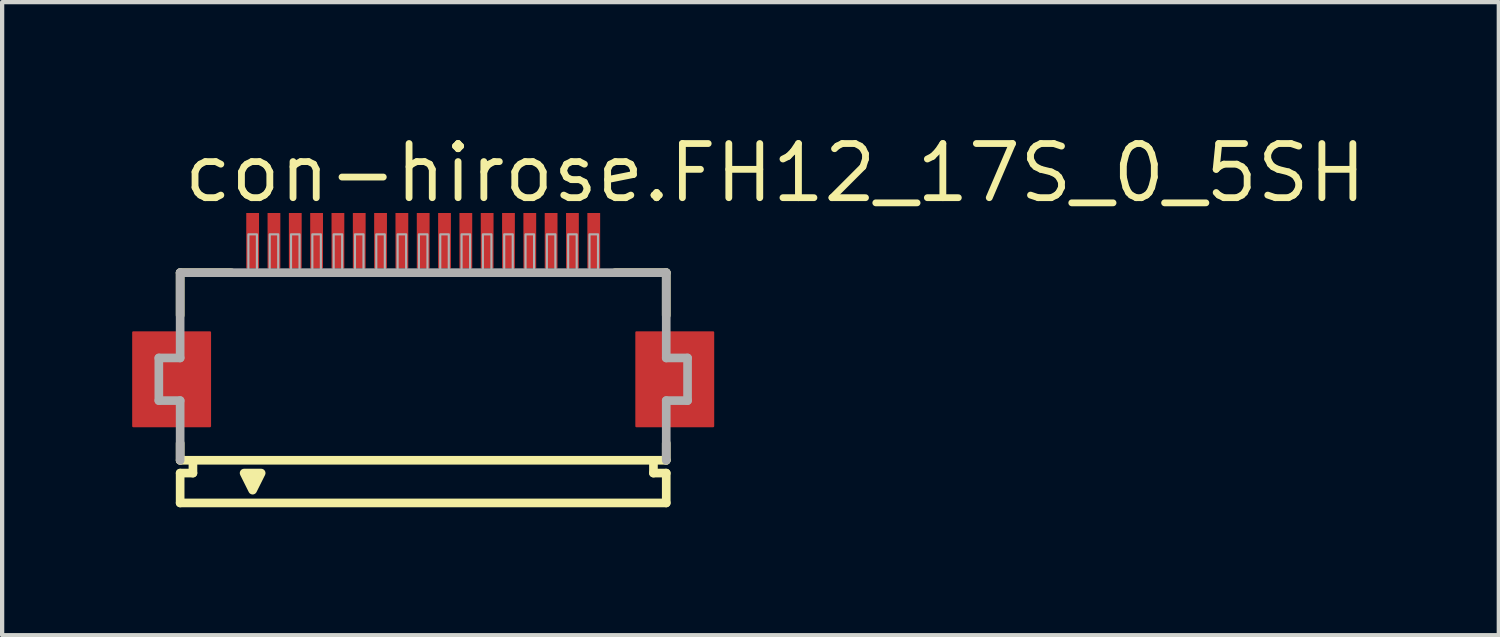
<source format=kicad_pcb>
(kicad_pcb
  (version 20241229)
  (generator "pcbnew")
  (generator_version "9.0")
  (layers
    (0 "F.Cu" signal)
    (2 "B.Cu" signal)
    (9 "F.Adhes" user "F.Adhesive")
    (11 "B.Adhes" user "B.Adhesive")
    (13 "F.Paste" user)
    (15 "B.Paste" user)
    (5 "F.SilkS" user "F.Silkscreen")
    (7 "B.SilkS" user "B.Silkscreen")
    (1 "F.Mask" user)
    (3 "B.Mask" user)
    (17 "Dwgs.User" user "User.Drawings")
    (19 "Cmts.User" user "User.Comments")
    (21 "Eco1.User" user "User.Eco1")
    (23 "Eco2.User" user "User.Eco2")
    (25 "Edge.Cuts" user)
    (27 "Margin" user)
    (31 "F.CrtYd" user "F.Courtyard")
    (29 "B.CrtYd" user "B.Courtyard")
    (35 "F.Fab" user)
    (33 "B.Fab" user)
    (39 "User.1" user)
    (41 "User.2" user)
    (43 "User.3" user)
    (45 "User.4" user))
  (footprint "con-hirose.FH12_17S_0_5SH"
    (layer "F.Cu")
    (at 6.875 5.845)
    (property "Reference" "con-hirose.FH12_17S_0_5SH" (at -5.698 -4.095 0) (layer "F.SilkS") (effects (font (size 1.27 1.27) (thickness 0.16)) (justify left bottom)))
    (attr smd)
    (fp_rect (start -6.8 1.1) (end -5 -1.1) (stroke (width 0.05) (type default)) (fill yes) (layer "F.Cu"))
    (fp_rect (start 5 1.1) (end 6.8 -1.1) (stroke (width 0.05) (type default)) (fill yes) (layer "F.Cu"))
    (fp_rect (start -6.85 1.175) (end -4.95 -1.175) (stroke (width 0.05) (type default)) (fill yes) (layer "F.Mask"))
    (fp_rect (start -4.2 -2.55) (end -3.8 -3.95) (stroke (width 0.05) (type default)) (fill yes) (layer "F.Mask"))
    (fp_rect (start -3.7 -2.55) (end -3.3 -3.95) (stroke (width 0.05) (type default)) (fill yes) (layer "F.Mask"))
    (fp_rect (start -3.2 -2.55) (end -2.8 -3.95) (stroke (width 0.05) (type default)) (fill yes) (layer "F.Mask"))
    (fp_rect (start -2.7 -2.55) (end -2.3 -3.95) (stroke (width 0.05) (type default)) (fill yes) (layer "F.Mask"))
    (fp_rect (start -2.2 -2.55) (end -1.8 -3.95) (stroke (width 0.05) (type default)) (fill yes) (layer "F.Mask"))
    (fp_rect (start -1.7 -2.55) (end -1.3 -3.95) (stroke (width 0.05) (type default)) (fill yes) (layer "F.Mask"))
    (fp_rect (start -1.2 -2.55) (end -0.8 -3.95) (stroke (width 0.05) (type default)) (fill yes) (layer "F.Mask"))
    (fp_rect (start -0.7 -2.55) (end -0.3 -3.95) (stroke (width 0.05) (type default)) (fill yes) (layer "F.Mask"))
    (fp_rect (start -0.2 -2.55) (end 0.2 -3.95) (stroke (width 0.05) (type default)) (fill yes) (layer "F.Mask"))
    (fp_rect (start 0.3 -2.55) (end 0.7 -3.95) (stroke (width 0.05) (type default)) (fill yes) (layer "F.Mask"))
    (fp_rect (start 0.8 -2.55) (end 1.2 -3.95) (stroke (width 0.05) (type default)) (fill yes) (layer "F.Mask"))
    (fp_rect (start 1.3 -2.55) (end 1.7 -3.95) (stroke (width 0.05) (type default)) (fill yes) (layer "F.Mask"))
    (fp_rect (start 1.8 -2.55) (end 2.2 -3.95) (stroke (width 0.05) (type default)) (fill yes) (layer "F.Mask"))
    (fp_rect (start 2.3 -2.55) (end 2.7 -3.95) (stroke (width 0.05) (type default)) (fill yes) (layer "F.Mask"))
    (fp_rect (start 2.8 -2.55) (end 3.2 -3.95) (stroke (width 0.05) (type default)) (fill yes) (layer "F.Mask"))
    (fp_rect (start 3.3 -2.55) (end 3.7 -3.95) (stroke (width 0.05) (type default)) (fill yes) (layer "F.Mask"))
    (fp_rect (start 3.8 -2.55) (end 4.2 -3.95) (stroke (width 0.05) (type default)) (fill yes) (layer "F.Mask"))
    (fp_rect (start 4.95 1.175) (end 6.85 -1.175) (stroke (width 0.05) (type default)) (fill yes) (layer "F.Mask"))
    (fp_line (start -5.7 -2.5) (end -5.7 -1.5) (stroke (width 0.203) (type default)) (layer "F.SilkS"))
    (fp_line (start -5.7 1.5) (end -5.7 1.9) (stroke (width 0.203) (type default)) (layer "F.SilkS"))
    (fp_line (start -5.7 1.9) (end -5.4 1.9) (stroke (width 0.203) (type default)) (layer "F.SilkS"))
    (fp_line (start -5.7 2.2) (end -5.7 2.9) (stroke (width 0.203) (type default)) (layer "F.SilkS"))
    (fp_line (start -5.4 1.9) (end -5.4 2.2) (stroke (width 0.203) (type default)) (layer "F.SilkS"))
    (fp_line (start -5.4 2.2) (end -5.7 2.2) (stroke (width 0.203) (type default)) (layer "F.SilkS"))
    (fp_line (start -4.5 -2.5) (end -5.7 -2.5) (stroke (width 0.203) (type default)) (layer "F.SilkS"))
    (fp_line (start 5.4 1.9) (end -5.4 1.9) (stroke (width 0.203) (type default)) (layer "F.SilkS"))
    (fp_line (start 5.4 1.9) (end 5.7 1.9) (stroke (width 0.203) (type default)) (layer "F.SilkS"))
    (fp_line (start 5.4 2.2) (end 5.4 1.9) (stroke (width 0.203) (type default)) (layer "F.SilkS"))
    (fp_line (start 5.7 -2.5) (end 4.5 -2.5) (stroke (width 0.203) (type default)) (layer "F.SilkS"))
    (fp_line (start 5.7 -1.5) (end 5.7 -2.5) (stroke (width 0.203) (type default)) (layer "F.SilkS"))
    (fp_line (start 5.7 1.9) (end 5.7 1.5) (stroke (width 0.203) (type default)) (layer "F.SilkS"))
    (fp_line (start 5.7 2.2) (end 5.4 2.2) (stroke (width 0.203) (type default)) (layer "F.SilkS"))
    (fp_line (start 5.7 2.9) (end -5.7 2.9) (stroke (width 0.203) (type default)) (layer "F.SilkS"))
    (fp_line (start 5.7 2.9) (end 5.7 2.2) (stroke (width 0.203) (type default)) (layer "F.SilkS"))
    (fp_poly (pts (xy -4.2 2.2) (xy -4 2.6) (xy -3.8 2.2)) (stroke (width 0.203) (type default)) (fill yes) (layer "F.SilkS"))
    (fp_rect (start -6.725 1.025) (end -5.075 -1.025) (stroke (width 0.05) (type default)) (fill yes) (layer "F.Paste"))
    (fp_rect (start -4.125 -2.625) (end -3.875 -3.875) (stroke (width 0.05) (type default)) (fill yes) (layer "F.Paste"))
    (fp_rect (start -3.625 -2.625) (end -3.375 -3.875) (stroke (width 0.05) (type default)) (fill yes) (layer "F.Paste"))
    (fp_rect (start -3.125 -2.625) (end -2.875 -3.875) (stroke (width 0.05) (type default)) (fill yes) (layer "F.Paste"))
    (fp_rect (start -2.625 -2.625) (end -2.375 -3.875) (stroke (width 0.05) (type default)) (fill yes) (layer "F.Paste"))
    (fp_rect (start -2.125 -2.625) (end -1.875 -3.875) (stroke (width 0.05) (type default)) (fill yes) (layer "F.Paste"))
    (fp_rect (start -1.625 -2.625) (end -1.375 -3.875) (stroke (width 0.05) (type default)) (fill yes) (layer "F.Paste"))
    (fp_rect (start -1.125 -2.625) (end -0.875 -3.875) (stroke (width 0.05) (type default)) (fill yes) (layer "F.Paste"))
    (fp_rect (start -0.625 -2.625) (end -0.375 -3.875) (stroke (width 0.05) (type default)) (fill yes) (layer "F.Paste"))
    (fp_rect (start -0.125 -2.625) (end 0.125 -3.875) (stroke (width 0.05) (type default)) (fill yes) (layer "F.Paste"))
    (fp_rect (start 0.375 -2.625) (end 0.625 -3.875) (stroke (width 0.05) (type default)) (fill yes) (layer "F.Paste"))
    (fp_rect (start 0.875 -2.625) (end 1.125 -3.875) (stroke (width 0.05) (type default)) (fill yes) (layer "F.Paste"))
    (fp_rect (start 1.375 -2.625) (end 1.625 -3.875) (stroke (width 0.05) (type default)) (fill yes) (layer "F.Paste"))
    (fp_rect (start 1.875 -2.625) (end 2.125 -3.875) (stroke (width 0.05) (type default)) (fill yes) (layer "F.Paste"))
    (fp_rect (start 2.375 -2.625) (end 2.625 -3.875) (stroke (width 0.05) (type default)) (fill yes) (layer "F.Paste"))
    (fp_rect (start 2.875 -2.625) (end 3.125 -3.875) (stroke (width 0.05) (type default)) (fill yes) (layer "F.Paste"))
    (fp_rect (start 3.375 -2.625) (end 3.625 -3.875) (stroke (width 0.05) (type default)) (fill yes) (layer "F.Paste"))
    (fp_rect (start 3.875 -2.625) (end 4.125 -3.875) (stroke (width 0.05) (type default)) (fill yes) (layer "F.Paste"))
    (fp_rect (start 5.075 1.025) (end 6.725 -1.025) (stroke (width 0.05) (type default)) (fill yes) (layer "F.Paste"))
    (fp_line (start -6.2 -0.5) (end -6.2 0.5) (stroke (width 0.203) (type default)) (layer "F.Fab"))
    (fp_line (start -6.2 0.5) (end -5.7 0.5) (stroke (width 0.203) (type default)) (layer "F.Fab"))
    (fp_line (start -5.7 -2.5) (end -5.7 -0.5) (stroke (width 0.203) (type default)) (layer "F.Fab"))
    (fp_line (start -5.7 -0.5) (end -6.2 -0.5) (stroke (width 0.203) (type default)) (layer "F.Fab"))
    (fp_line (start -5.7 0.5) (end -5.7 1.9) (stroke (width 0.203) (type default)) (layer "F.Fab"))
    (fp_line (start 5.7 -2.5) (end -5.7 -2.5) (stroke (width 0.203) (type default)) (layer "F.Fab"))
    (fp_line (start 5.7 -0.5) (end 5.7 -2.5) (stroke (width 0.203) (type default)) (layer "F.Fab"))
    (fp_line (start 5.7 0.5) (end 6.2 0.5) (stroke (width 0.203) (type default)) (layer "F.Fab"))
    (fp_line (start 5.7 1.9) (end 5.7 0.5) (stroke (width 0.203) (type default)) (layer "F.Fab"))
    (fp_line (start 6.2 -0.5) (end 5.7 -0.5) (stroke (width 0.203) (type default)) (layer "F.Fab"))
    (fp_line (start 6.2 0.5) (end 6.2 -0.5) (stroke (width 0.203) (type default)) (layer "F.Fab"))
    (fp_rect (start -4.1 -2.55) (end -3.9 -3.4) (stroke (width 0.05) (type default)) (fill no) (layer "F.Fab"))
    (fp_rect (start -3.6 -2.55) (end -3.4 -3.4) (stroke (width 0.05) (type default)) (fill no) (layer "F.Fab"))
    (fp_rect (start -3.1 -2.55) (end -2.9 -3.4) (stroke (width 0.05) (type default)) (fill no) (layer "F.Fab"))
    (fp_rect (start -2.6 -2.55) (end -2.4 -3.4) (stroke (width 0.05) (type default)) (fill no) (layer "F.Fab"))
    (fp_rect (start -2.1 -2.55) (end -1.9 -3.4) (stroke (width 0.05) (type default)) (fill no) (layer "F.Fab"))
    (fp_rect (start -1.6 -2.55) (end -1.4 -3.4) (stroke (width 0.05) (type default)) (fill no) (layer "F.Fab"))
    (fp_rect (start -1.1 -2.55) (end -0.9 -3.4) (stroke (width 0.05) (type default)) (fill no) (layer "F.Fab"))
    (fp_rect (start -0.6 -2.55) (end -0.4 -3.4) (stroke (width 0.05) (type default)) (fill no) (layer "F.Fab"))
    (fp_rect (start -0.1 -2.55) (end 0.1 -3.4) (stroke (width 0.05) (type default)) (fill no) (layer "F.Fab"))
    (fp_rect (start 0.4 -2.55) (end 0.6 -3.4) (stroke (width 0.05) (type default)) (fill no) (layer "F.Fab"))
    (fp_rect (start 0.9 -2.55) (end 1.1 -3.4) (stroke (width 0.05) (type default)) (fill no) (layer "F.Fab"))
    (fp_rect (start 1.4 -2.55) (end 1.6 -3.4) (stroke (width 0.05) (type default)) (fill no) (layer "F.Fab"))
    (fp_rect (start 1.9 -2.55) (end 2.1 -3.4) (stroke (width 0.05) (type default)) (fill no) (layer "F.Fab"))
    (fp_rect (start 2.4 -2.55) (end 2.6 -3.4) (stroke (width 0.05) (type default)) (fill no) (layer "F.Fab"))
    (fp_rect (start 2.9 -2.55) (end 3.1 -3.4) (stroke (width 0.05) (type default)) (fill no) (layer "F.Fab"))
    (fp_rect (start 3.4 -2.55) (end 3.6 -3.4) (stroke (width 0.05) (type default)) (fill no) (layer "F.Fab"))
    (fp_rect (start 3.9 -2.55) (end 4.1 -3.4) (stroke (width 0.05) (type default)) (fill no) (layer "F.Fab"))
    (pad "1" smd roundrect (at -4 -3.25) (size 0.3 1.3) (layers "F.Cu" "F.Mask" "F.Paste") (roundrect_rratio 0.01))
    (pad "2" smd roundrect (at -3.5 -3.25) (size 0.3 1.3) (layers "F.Cu" "F.Mask" "F.Paste") (roundrect_rratio 0.01))
    (pad "3" smd roundrect (at -3 -3.25) (size 0.3 1.3) (layers "F.Cu" "F.Mask" "F.Paste") (roundrect_rratio 0.01))
    (pad "4" smd roundrect (at -2.5 -3.25) (size 0.3 1.3) (layers "F.Cu" "F.Mask" "F.Paste") (roundrect_rratio 0.01))
    (pad "5" smd roundrect (at -2 -3.25) (size 0.3 1.3) (layers "F.Cu" "F.Mask" "F.Paste") (roundrect_rratio 0.01))
    (pad "6" smd roundrect (at -1.5 -3.25) (size 0.3 1.3) (layers "F.Cu" "F.Mask" "F.Paste") (roundrect_rratio 0.01))
    (pad "7" smd roundrect (at -1 -3.25) (size 0.3 1.3) (layers "F.Cu" "F.Mask" "F.Paste") (roundrect_rratio 0.01))
    (pad "8" smd roundrect (at -0.5 -3.25) (size 0.3 1.3) (layers "F.Cu" "F.Mask" "F.Paste") (roundrect_rratio 0.01))
    (pad "9" smd roundrect (at 0 -3.25) (size 0.3 1.3) (layers "F.Cu" "F.Mask" "F.Paste") (roundrect_rratio 0.01))
    (pad "10" smd roundrect (at 0.5 -3.25) (size 0.3 1.3) (layers "F.Cu" "F.Mask" "F.Paste") (roundrect_rratio 0.01))
    (pad "11" smd roundrect (at 1 -3.25) (size 0.3 1.3) (layers "F.Cu" "F.Mask" "F.Paste") (roundrect_rratio 0.01))
    (pad "12" smd roundrect (at 1.5 -3.25) (size 0.3 1.3) (layers "F.Cu" "F.Mask" "F.Paste") (roundrect_rratio 0.01))
    (pad "13" smd roundrect (at 2 -3.25) (size 0.3 1.3) (layers "F.Cu" "F.Mask" "F.Paste") (roundrect_rratio 0.01))
    (pad "14" smd roundrect (at 2.5 -3.25) (size 0.3 1.3) (layers "F.Cu" "F.Mask" "F.Paste") (roundrect_rratio 0.01))
    (pad "15" smd roundrect (at 3 -3.25) (size 0.3 1.3) (layers "F.Cu" "F.Mask" "F.Paste") (roundrect_rratio 0.01))
    (pad "16" smd roundrect (at 3.5 -3.25) (size 0.3 1.3) (layers "F.Cu" "F.Mask" "F.Paste") (roundrect_rratio 0.01))
    (pad "17" smd roundrect (at 4 -3.25) (size 0.3 1.3) (layers "F.Cu" "F.Mask" "F.Paste") (roundrect_rratio 0.01)))
  (gr_rect
    (start -3 -3)
    (end 32.101 11.847)
    (stroke (width 0.1) (type default))
    (fill no)
    (layer "Edge.Cuts")))
</source>
